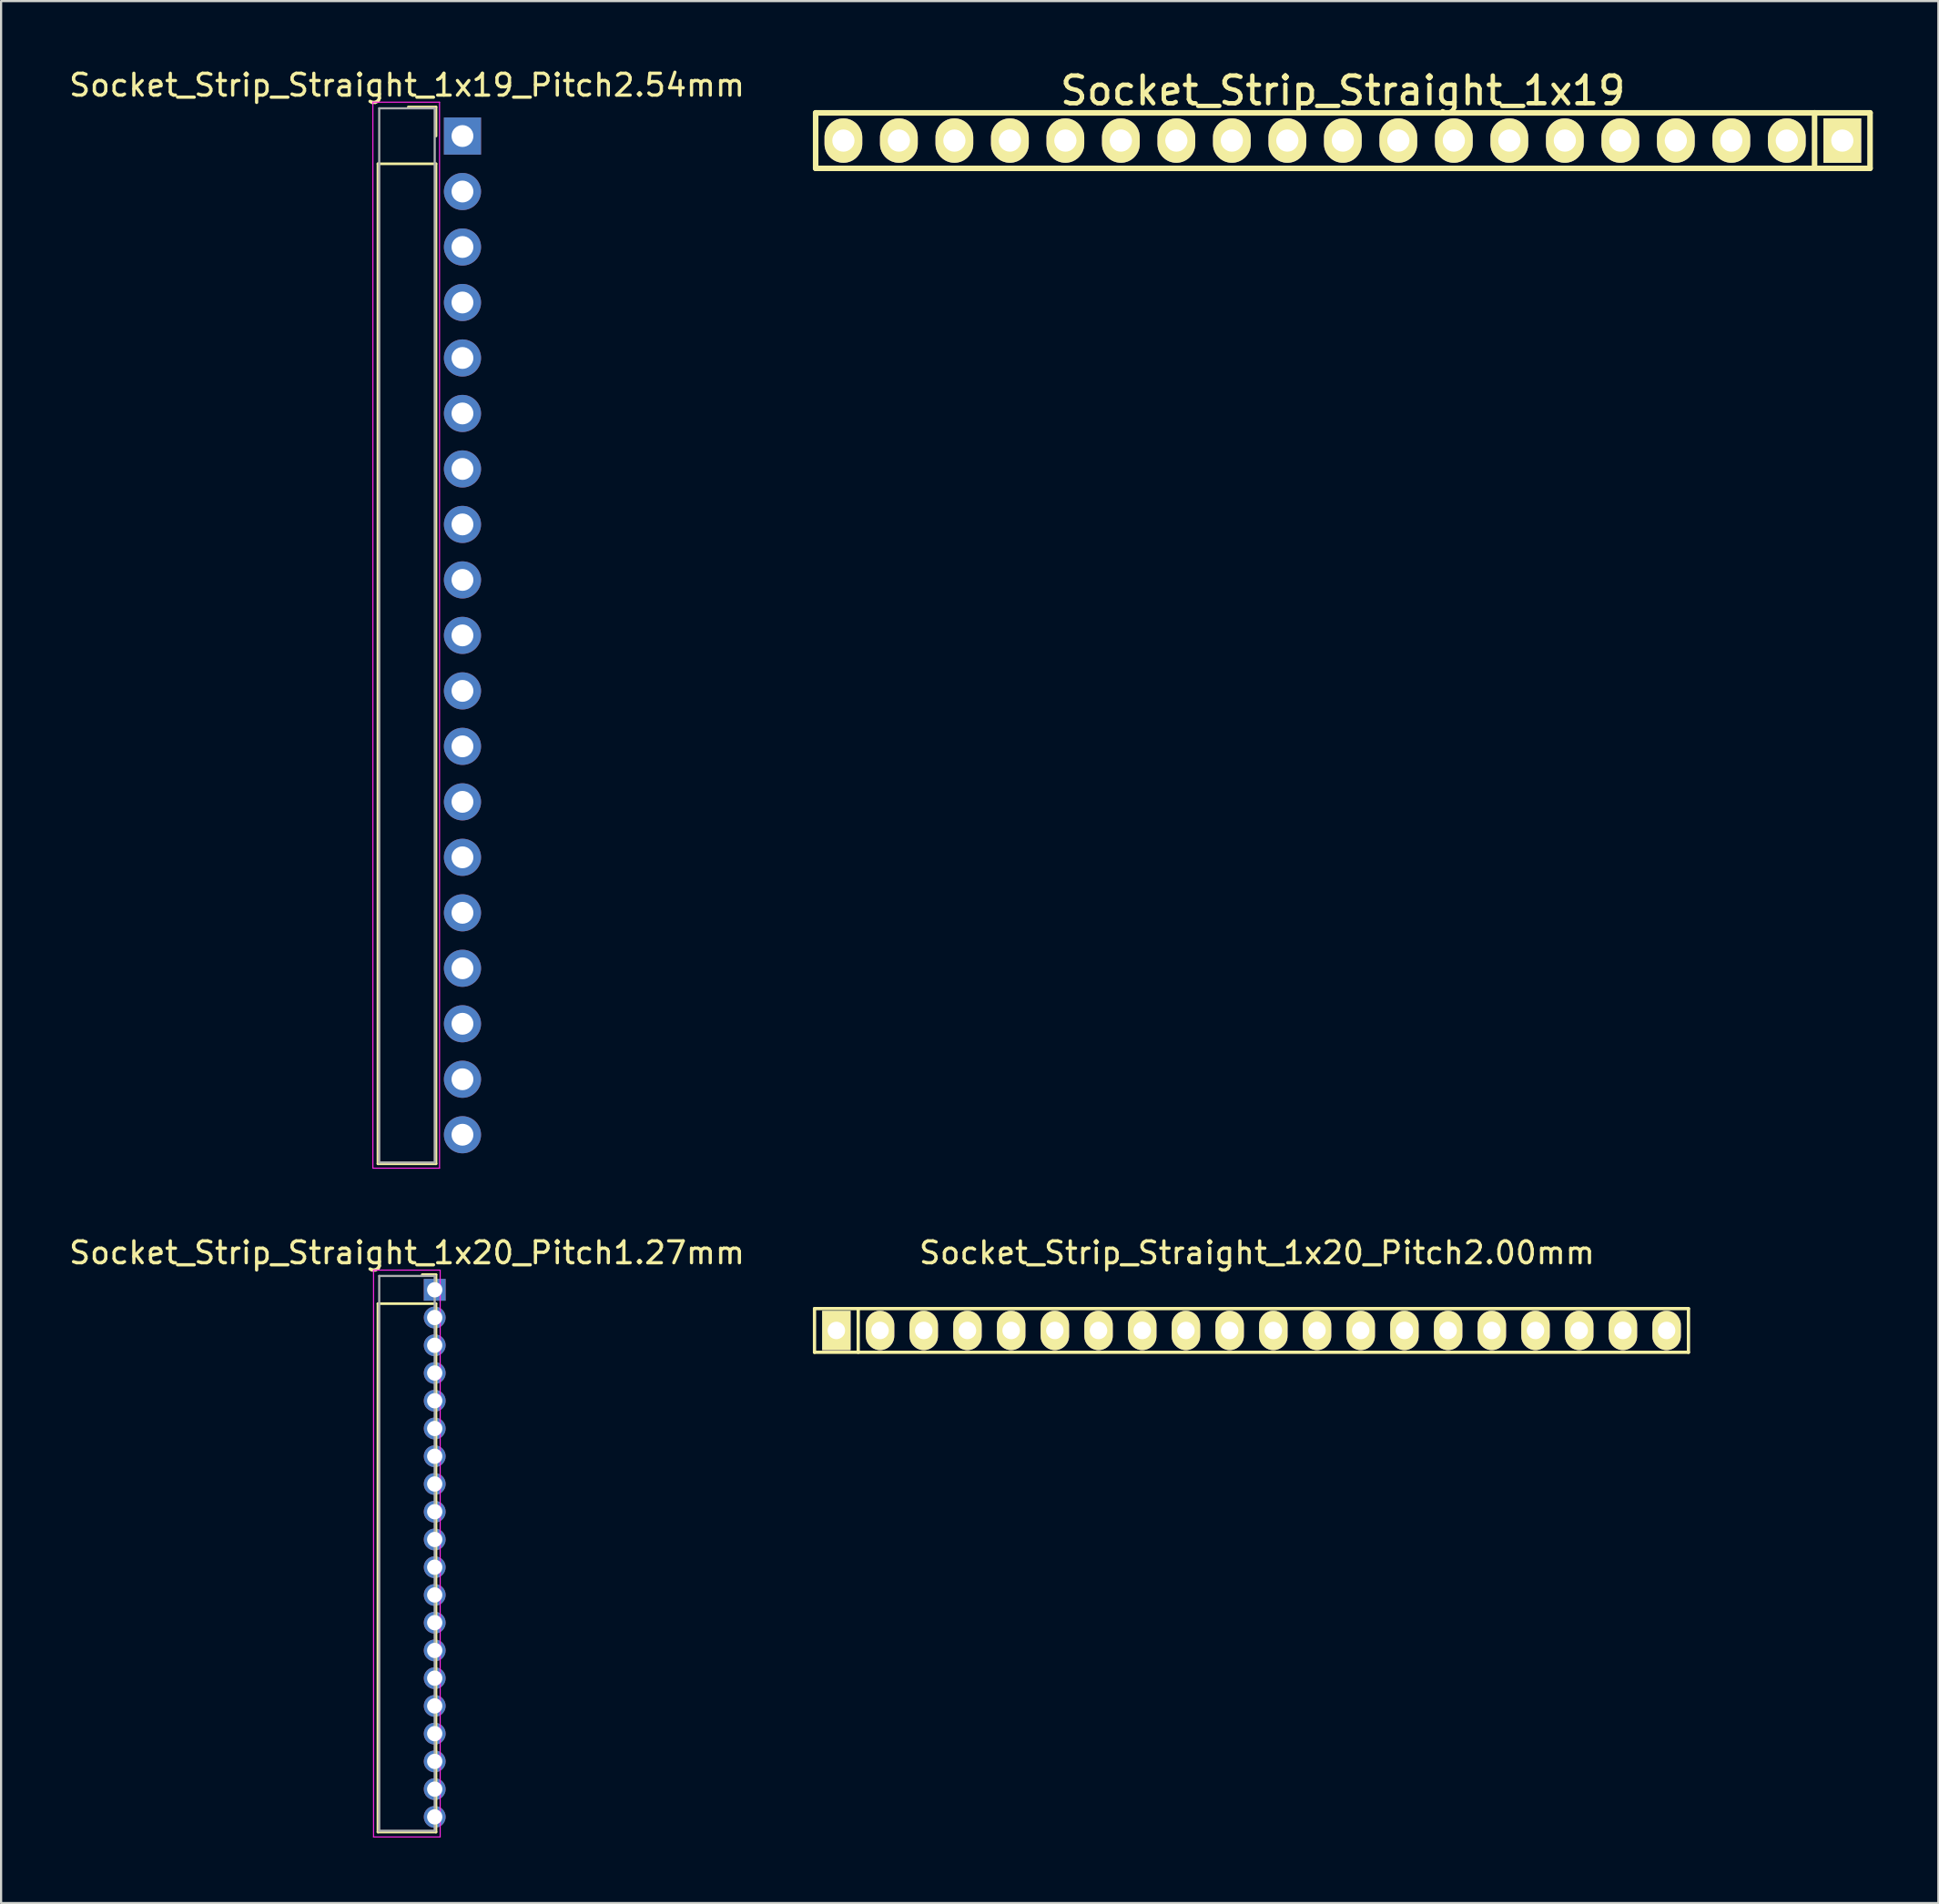
<source format=kicad_pcb>
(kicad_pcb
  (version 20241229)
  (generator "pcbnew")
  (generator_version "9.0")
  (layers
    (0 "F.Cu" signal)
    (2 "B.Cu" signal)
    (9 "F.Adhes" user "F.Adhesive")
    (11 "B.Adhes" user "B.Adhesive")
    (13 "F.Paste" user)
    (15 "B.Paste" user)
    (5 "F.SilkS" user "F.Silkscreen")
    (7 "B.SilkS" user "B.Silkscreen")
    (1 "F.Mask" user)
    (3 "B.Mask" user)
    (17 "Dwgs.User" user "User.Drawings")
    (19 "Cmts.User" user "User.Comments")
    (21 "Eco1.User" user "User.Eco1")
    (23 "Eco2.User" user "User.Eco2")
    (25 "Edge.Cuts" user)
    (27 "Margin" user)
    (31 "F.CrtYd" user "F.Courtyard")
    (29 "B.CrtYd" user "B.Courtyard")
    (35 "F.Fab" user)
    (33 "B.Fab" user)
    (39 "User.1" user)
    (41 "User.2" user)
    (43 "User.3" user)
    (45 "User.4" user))
  (footprint "Socket_Strip_Straight_1x19_Pitch2.54mm"
    (layer "F.Cu")
    (at 18.117 3.178)
    (property "Reference" "Socket_Strip_Straight_1x19_Pitch2.54mm" (at -2.54 -2.33 0) (layer "F.SilkS") (effects (font (size 1 1) (thickness 0.15))))
    (attr through_hole)
    (fp_line (start -3.87 1.27) (end -3.87 47.05) (stroke (width 0.12) (type solid)) (layer "F.SilkS"))
    (fp_line (start -3.87 47.05) (end -1.21 47.05) (stroke (width 0.12) (type solid)) (layer "F.SilkS"))
    (fp_line (start -1.21 -1.33) (end -2.48 -1.33) (stroke (width 0.12) (type solid)) (layer "F.SilkS"))
    (fp_line (start -1.21 0) (end -1.21 -1.33) (stroke (width 0.12) (type solid)) (layer "F.SilkS"))
    (fp_line (start -1.21 1.27) (end -3.87 1.27) (stroke (width 0.12) (type solid)) (layer "F.SilkS"))
    (fp_line (start -1.21 47.05) (end -1.21 1.27) (stroke (width 0.12) (type solid)) (layer "F.SilkS"))
    (fp_line (start -4.1 -1.55) (end -4.1 47.25) (stroke (width 0.05) (type solid)) (layer "F.CrtYd"))
    (fp_line (start -4.1 47.25) (end -1.05 47.25) (stroke (width 0.05) (type solid)) (layer "F.CrtYd"))
    (fp_line (start -1.05 -1.55) (end -4.1 -1.55) (stroke (width 0.05) (type solid)) (layer "F.CrtYd"))
    (fp_line (start -1.05 47.25) (end -1.05 -1.55) (stroke (width 0.05) (type solid)) (layer "F.CrtYd"))
    (fp_line (start -3.81 -1.27) (end -3.81 46.99) (stroke (width 0.1) (type solid)) (layer "F.Fab"))
    (fp_line (start -3.81 46.99) (end -1.27 46.99) (stroke (width 0.1) (type solid)) (layer "F.Fab"))
    (fp_line (start -1.27 -1.27) (end -3.81 -1.27) (stroke (width 0.1) (type solid)) (layer "F.Fab"))
    (fp_line (start -1.27 46.99) (end -1.27 -1.27) (stroke (width 0.1) (type solid)) (layer "F.Fab"))
    (pad "1" thru_hole rect (at 0 0) (size 1.7 1.7) (drill 1) (layers "*.Cu" "*.Mask"))
    (pad "2" thru_hole oval (at 0 2.54) (size 1.7 1.7) (drill 1) (layers "*.Cu" "*.Mask"))
    (pad "3" thru_hole oval (at 0 5.08) (size 1.7 1.7) (drill 1) (layers "*.Cu" "*.Mask"))
    (pad "4" thru_hole oval (at 0 7.62) (size 1.7 1.7) (drill 1) (layers "*.Cu" "*.Mask"))
    (pad "5" thru_hole oval (at 0 10.16) (size 1.7 1.7) (drill 1) (layers "*.Cu" "*.Mask"))
    (pad "6" thru_hole oval (at 0 12.7) (size 1.7 1.7) (drill 1) (layers "*.Cu" "*.Mask"))
    (pad "7" thru_hole oval (at 0 15.24) (size 1.7 1.7) (drill 1) (layers "*.Cu" "*.Mask"))
    (pad "8" thru_hole oval (at 0 17.78) (size 1.7 1.7) (drill 1) (layers "*.Cu" "*.Mask"))
    (pad "9" thru_hole oval (at 0 20.32) (size 1.7 1.7) (drill 1) (layers "*.Cu" "*.Mask"))
    (pad "10" thru_hole oval (at 0 22.86) (size 1.7 1.7) (drill 1) (layers "*.Cu" "*.Mask"))
    (pad "11" thru_hole oval (at 0 25.4) (size 1.7 1.7) (drill 1) (layers "*.Cu" "*.Mask"))
    (pad "12" thru_hole oval (at 0 27.94) (size 1.7 1.7) (drill 1) (layers "*.Cu" "*.Mask"))
    (pad "13" thru_hole oval (at 0 30.48) (size 1.7 1.7) (drill 1) (layers "*.Cu" "*.Mask"))
    (pad "14" thru_hole oval (at 0 33.02) (size 1.7 1.7) (drill 1) (layers "*.Cu" "*.Mask"))
    (pad "15" thru_hole oval (at 0 35.56) (size 1.7 1.7) (drill 1) (layers "*.Cu" "*.Mask"))
    (pad "16" thru_hole oval (at 0 38.1) (size 1.7 1.7) (drill 1) (layers "*.Cu" "*.Mask"))
    (pad "17" thru_hole oval (at 0 40.64) (size 1.7 1.7) (drill 1) (layers "*.Cu" "*.Mask"))
    (pad "18" thru_hole oval (at 0 43.18) (size 1.7 1.7) (drill 1) (layers "*.Cu" "*.Mask"))
    (pad "19" thru_hole oval (at 0 45.72) (size 1.7 1.7) (drill 1) (layers "*.Cu" "*.Mask")))
  (footprint "Socket_Strip_Straight_1x19"
    (layer "F.Cu")
    (at 58.412 3.386)
    (property "Reference" "Socket_Strip_Straight_1x19" (at 0 -2.286 0) (layer "F.SilkS") (effects (font (size 1.27 1.27) (thickness 0.203))))
    (attr through_hole)
    (fp_line (start -24.13 -1.27) (end -24.13 1.27) (stroke (width 0.254) (type solid)) (layer "F.SilkS"))
    (fp_line (start -24.13 1.27) (end 21.59 1.27) (stroke (width 0.254) (type solid)) (layer "F.SilkS"))
    (fp_line (start 21.59 -1.27) (end -24.13 -1.27) (stroke (width 0.254) (type solid)) (layer "F.SilkS"))
    (fp_line (start 21.59 -1.27) (end 21.59 1.27) (stroke (width 0.254) (type solid)) (layer "F.SilkS"))
    (fp_line (start 24.13 -1.27) (end 21.59 -1.27) (stroke (width 0.254) (type solid)) (layer "F.SilkS"))
    (fp_line (start 24.13 -1.27) (end 24.13 1.27) (stroke (width 0.254) (type solid)) (layer "F.SilkS"))
    (fp_line (start 24.13 1.27) (end 21.59 1.27) (stroke (width 0.254) (type solid)) (layer "F.SilkS"))
    (pad "1" thru_hole rect (at 22.86 0 180) (size 1.727 2.032) (drill 1.016) (layers "*.Cu" "*.Mask" "F.SilkS"))
    (pad "2" thru_hole oval (at 20.32 0 180) (size 1.727 2.032) (drill 1.016) (layers "*.Cu" "*.Mask" "F.SilkS"))
    (pad "3" thru_hole oval (at 17.78 0 180) (size 1.727 2.032) (drill 1.016) (layers "*.Cu" "*.Mask" "F.SilkS"))
    (pad "4" thru_hole oval (at 15.24 0 180) (size 1.727 2.032) (drill 1.016) (layers "*.Cu" "*.Mask" "F.SilkS"))
    (pad "5" thru_hole oval (at 12.7 0 180) (size 1.727 2.032) (drill 1.016) (layers "*.Cu" "*.Mask" "F.SilkS"))
    (pad "6" thru_hole oval (at 10.16 0 180) (size 1.727 2.032) (drill 1.016) (layers "*.Cu" "*.Mask" "F.SilkS"))
    (pad "7" thru_hole oval (at 7.62 0 180) (size 1.727 2.032) (drill 1.016) (layers "*.Cu" "*.Mask" "F.SilkS"))
    (pad "8" thru_hole oval (at 5.08 0 180) (size 1.727 2.032) (drill 1.016) (layers "*.Cu" "*.Mask" "F.SilkS"))
    (pad "9" thru_hole oval (at 2.54 0 180) (size 1.727 2.032) (drill 1.016) (layers "*.Cu" "*.Mask" "F.SilkS"))
    (pad "10" thru_hole oval (at 0 0 180) (size 1.727 2.032) (drill 1.016) (layers "*.Cu" "*.Mask" "F.SilkS"))
    (pad "11" thru_hole oval (at -2.54 0 180) (size 1.727 2.032) (drill 1.016) (layers "*.Cu" "*.Mask" "F.SilkS"))
    (pad "12" thru_hole oval (at -5.08 0 180) (size 1.727 2.032) (drill 1.016) (layers "*.Cu" "*.Mask" "F.SilkS"))
    (pad "13" thru_hole oval (at -7.62 0 180) (size 1.727 2.032) (drill 1.016) (layers "*.Cu" "*.Mask" "F.SilkS"))
    (pad "14" thru_hole oval (at -10.16 0 180) (size 1.727 2.032) (drill 1.016) (layers "*.Cu" "*.Mask" "F.SilkS"))
    (pad "15" thru_hole oval (at -12.7 0 180) (size 1.727 2.032) (drill 1.016) (layers "*.Cu" "*.Mask" "F.SilkS"))
    (pad "16" thru_hole oval (at -15.24 0 180) (size 1.727 2.032) (drill 1.016) (layers "*.Cu" "*.Mask" "F.SilkS"))
    (pad "17" thru_hole oval (at -17.78 0 180) (size 1.727 2.032) (drill 1.016) (layers "*.Cu" "*.Mask" "F.SilkS"))
    (pad "18" thru_hole oval (at -20.32 0 180) (size 1.727 2.032) (drill 1.016) (layers "*.Cu" "*.Mask" "F.SilkS"))
    (pad "19" thru_hole oval (at -22.86 0 180) (size 1.727 2.032) (drill 1.016) (layers "*.Cu" "*.Mask" "F.SilkS")))
  (footprint "Socket_Strip_Straight_1x20_Pitch1.27mm"
    (layer "F.Cu")
    (at 16.847 55.996)
    (property "Reference" "Socket_Strip_Straight_1x20_Pitch1.27mm" (at -1.27 -1.695 0) (layer "F.SilkS") (effects (font (size 1 1) (thickness 0.15))))
    (attr through_hole)
    (fp_line (start -2.6 0.635) (end -2.6 24.825) (stroke (width 0.12) (type solid)) (layer "F.SilkS"))
    (fp_line (start -2.6 24.825) (end 0.06 24.825) (stroke (width 0.12) (type solid)) (layer "F.SilkS"))
    (fp_line (start 0.06 -0.695) (end -0.575 -0.695) (stroke (width 0.12) (type solid)) (layer "F.SilkS"))
    (fp_line (start 0.06 0) (end 0.06 -0.695) (stroke (width 0.12) (type solid)) (layer "F.SilkS"))
    (fp_line (start 0.06 0.635) (end -2.6 0.635) (stroke (width 0.12) (type solid)) (layer "F.SilkS"))
    (fp_line (start 0.06 24.825) (end 0.06 0.635) (stroke (width 0.12) (type solid)) (layer "F.SilkS"))
    (fp_line (start -2.8 -0.9) (end -2.8 25.05) (stroke (width 0.05) (type solid)) (layer "F.CrtYd"))
    (fp_line (start -2.8 25.05) (end 0.25 25.05) (stroke (width 0.05) (type solid)) (layer "F.CrtYd"))
    (fp_line (start 0.25 -0.9) (end -2.8 -0.9) (stroke (width 0.05) (type solid)) (layer "F.CrtYd"))
    (fp_line (start 0.25 25.05) (end 0.25 -0.9) (stroke (width 0.05) (type solid)) (layer "F.CrtYd"))
    (fp_line (start -2.54 -0.635) (end -2.54 24.765) (stroke (width 0.1) (type solid)) (layer "F.Fab"))
    (fp_line (start -2.54 24.765) (end 0 24.765) (stroke (width 0.1) (type solid)) (layer "F.Fab"))
    (fp_line (start 0 -0.635) (end -2.54 -0.635) (stroke (width 0.1) (type solid)) (layer "F.Fab"))
    (fp_line (start 0 24.765) (end 0 -0.635) (stroke (width 0.1) (type solid)) (layer "F.Fab"))
    (pad "1" thru_hole rect (at 0 0) (size 1 1) (drill 0.7) (layers "*.Cu" "*.Mask"))
    (pad "2" thru_hole oval (at 0 1.27) (size 1 1) (drill 0.7) (layers "*.Cu" "*.Mask"))
    (pad "3" thru_hole oval (at 0 2.54) (size 1 1) (drill 0.7) (layers "*.Cu" "*.Mask"))
    (pad "4" thru_hole oval (at 0 3.81) (size 1 1) (drill 0.7) (layers "*.Cu" "*.Mask"))
    (pad "5" thru_hole oval (at 0 5.08) (size 1 1) (drill 0.7) (layers "*.Cu" "*.Mask"))
    (pad "6" thru_hole oval (at 0 6.35) (size 1 1) (drill 0.7) (layers "*.Cu" "*.Mask"))
    (pad "7" thru_hole oval (at 0 7.62) (size 1 1) (drill 0.7) (layers "*.Cu" "*.Mask"))
    (pad "8" thru_hole oval (at 0 8.89) (size 1 1) (drill 0.7) (layers "*.Cu" "*.Mask"))
    (pad "9" thru_hole oval (at 0 10.16) (size 1 1) (drill 0.7) (layers "*.Cu" "*.Mask"))
    (pad "10" thru_hole oval (at 0 11.43) (size 1 1) (drill 0.7) (layers "*.Cu" "*.Mask"))
    (pad "11" thru_hole oval (at 0 12.7) (size 1 1) (drill 0.7) (layers "*.Cu" "*.Mask"))
    (pad "12" thru_hole oval (at 0 13.97) (size 1 1) (drill 0.7) (layers "*.Cu" "*.Mask"))
    (pad "13" thru_hole oval (at 0 15.24) (size 1 1) (drill 0.7) (layers "*.Cu" "*.Mask"))
    (pad "14" thru_hole oval (at 0 16.51) (size 1 1) (drill 0.7) (layers "*.Cu" "*.Mask"))
    (pad "15" thru_hole oval (at 0 17.78) (size 1 1) (drill 0.7) (layers "*.Cu" "*.Mask"))
    (pad "16" thru_hole oval (at 0 19.05) (size 1 1) (drill 0.7) (layers "*.Cu" "*.Mask"))
    (pad "17" thru_hole oval (at 0 20.32) (size 1 1) (drill 0.7) (layers "*.Cu" "*.Mask"))
    (pad "18" thru_hole oval (at 0 21.59) (size 1 1) (drill 0.7) (layers "*.Cu" "*.Mask"))
    (pad "19" thru_hole oval (at 0 22.86) (size 1 1) (drill 0.7) (layers "*.Cu" "*.Mask"))
    (pad "20" thru_hole oval (at 0 24.13) (size 1 1) (drill 0.7) (layers "*.Cu" "*.Mask")))
  (footprint "Socket_Strip_Straight_1x20_Pitch2.00mm"
    (layer "F.Cu")
    (at 54.23 57.858)
    (property "Reference" "Socket_Strip_Straight_1x20_Pitch2.00mm" (at 0.254 -3.556 0) (layer "F.SilkS") (effects (font (size 1 1) (thickness 0.15))))
    (attr through_hole)
    (fp_line (start -20 -1) (end 20 -1) (stroke (width 0.15) (type solid)) (layer "F.SilkS"))
    (fp_line (start -20 1) (end -20 -1) (stroke (width 0.15) (type solid)) (layer "F.SilkS"))
    (fp_line (start -18 -1) (end -18 1) (stroke (width 0.15) (type solid)) (layer "F.SilkS"))
    (fp_line (start 20 -1) (end 20 1) (stroke (width 0.15) (type solid)) (layer "F.SilkS"))
    (fp_line (start 20 1) (end -20 1) (stroke (width 0.15) (type solid)) (layer "F.SilkS"))
    (pad "1" thru_hole rect (at -19 0) (size 1.3 1.8) (drill 0.8) (layers "*.Cu" "*.Mask" "F.SilkS"))
    (pad "2" thru_hole oval (at -17 0) (size 1.3 1.8) (drill 0.8) (layers "*.Cu" "*.Mask" "F.SilkS"))
    (pad "3" thru_hole oval (at -15 0) (size 1.3 1.8) (drill 0.8) (layers "*.Cu" "*.Mask" "F.SilkS"))
    (pad "4" thru_hole oval (at -13 0) (size 1.3 1.8) (drill 0.8) (layers "*.Cu" "*.Mask" "F.SilkS"))
    (pad "5" thru_hole oval (at -11 0) (size 1.3 1.8) (drill 0.8) (layers "*.Cu" "*.Mask" "F.SilkS"))
    (pad "6" thru_hole oval (at -9 0) (size 1.3 1.8) (drill 0.8) (layers "*.Cu" "*.Mask" "F.SilkS"))
    (pad "7" thru_hole oval (at -7 0) (size 1.3 1.8) (drill 0.8) (layers "*.Cu" "*.Mask" "F.SilkS"))
    (pad "8" thru_hole oval (at -5 0) (size 1.3 1.8) (drill 0.8) (layers "*.Cu" "*.Mask" "F.SilkS"))
    (pad "9" thru_hole oval (at -3 0) (size 1.3 1.8) (drill 0.8) (layers "*.Cu" "*.Mask" "F.SilkS"))
    (pad "10" thru_hole oval (at -1 0) (size 1.3 1.8) (drill 0.8) (layers "*.Cu" "*.Mask" "F.SilkS"))
    (pad "11" thru_hole oval (at 1 0) (size 1.3 1.8) (drill 0.8) (layers "*.Cu" "*.Mask" "F.SilkS"))
    (pad "12" thru_hole oval (at 3 0) (size 1.3 1.8) (drill 0.8) (layers "*.Cu" "*.Mask" "F.SilkS"))
    (pad "13" thru_hole oval (at 5 0) (size 1.3 1.8) (drill 0.8) (layers "*.Cu" "*.Mask" "F.SilkS"))
    (pad "14" thru_hole oval (at 7 0) (size 1.3 1.8) (drill 0.8) (layers "*.Cu" "*.Mask" "F.SilkS"))
    (pad "15" thru_hole oval (at 9 0) (size 1.3 1.8) (drill 0.8) (layers "*.Cu" "*.Mask" "F.SilkS"))
    (pad "16" thru_hole oval (at 11 0) (size 1.3 1.8) (drill 0.8) (layers "*.Cu" "*.Mask" "F.SilkS"))
    (pad "17" thru_hole oval (at 13 0) (size 1.3 1.8) (drill 0.8) (layers "*.Cu" "*.Mask" "F.SilkS"))
    (pad "18" thru_hole oval (at 15 0) (size 1.3 1.8) (drill 0.8) (layers "*.Cu" "*.Mask" "F.SilkS"))
    (pad "19" thru_hole oval (at 17 0) (size 1.3 1.8) (drill 0.8) (layers "*.Cu" "*.Mask" "F.SilkS"))
    (pad "20" thru_hole oval (at 19 0) (size 1.3 1.8) (drill 0.8) (layers "*.Cu" "*.Mask" "F.SilkS")))
  (gr_rect
    (start -3 -3)
    (end 85.669 84.072)
    (stroke (width 0.1) (type default))
    (fill no)
    (layer "Edge.Cuts")))
</source>
